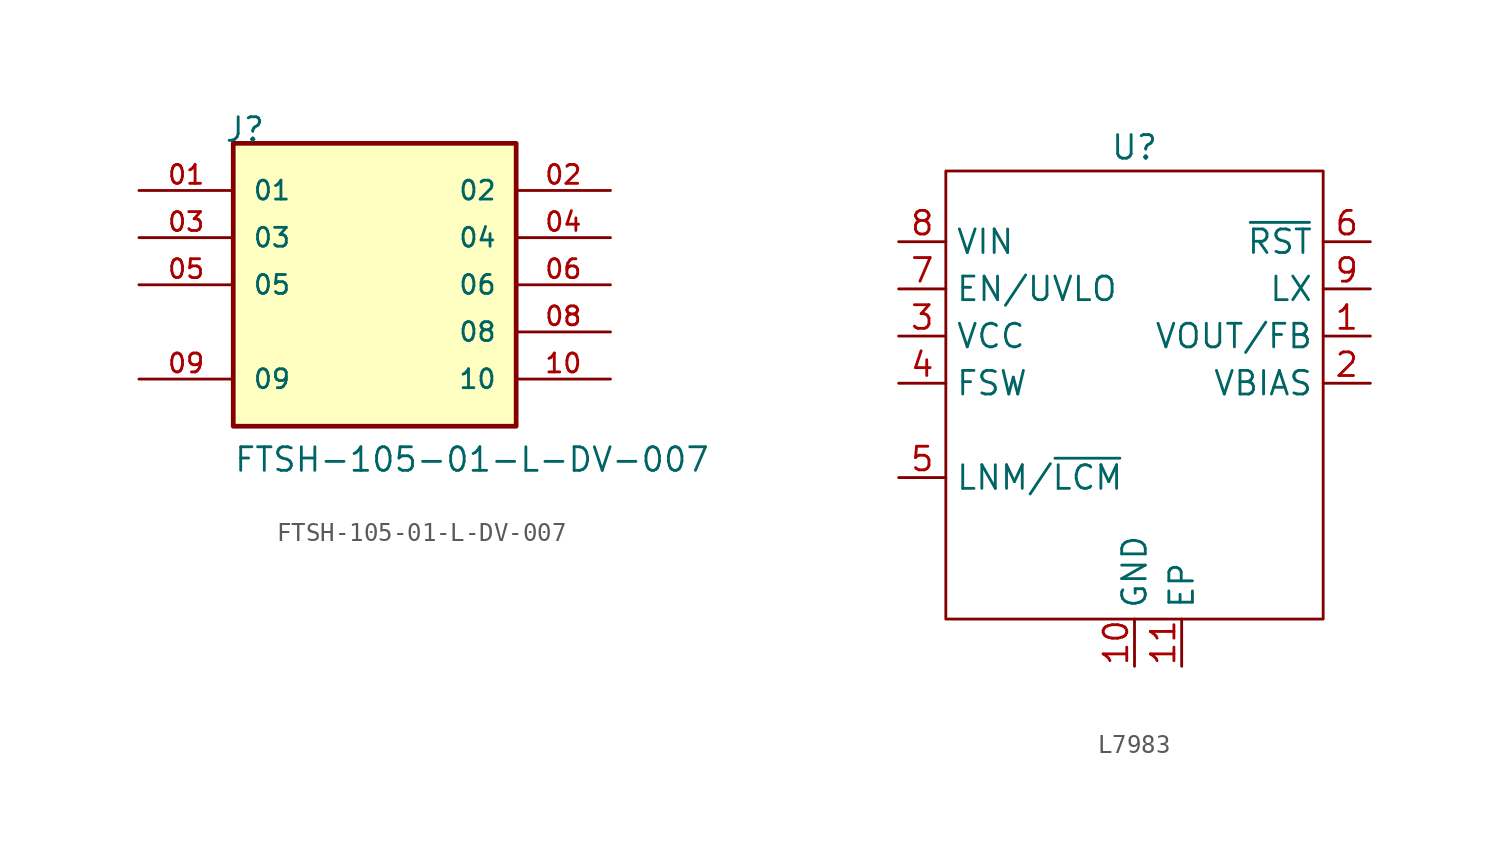
<source format=kicad_sym>
(kicad_symbol_lib
  (version 20231120)
  (generator "kicad_symbol_editor")
  (generator_version "8.0")
  (symbol "FTSH-105-01-L-DV-007"
    (pin_names
      (offset 1.016))
    (property "Reference" "J"
      (at -8.12 7.62 0)
      (effects (font (size 1.27 1.27)) (justify left bottom)))
    (property "Value" "FTSH-105-01-L-DV-007"
      (at -7.62 -10.16 0)
      (effects (font (size 1.27 1.27)) (justify left bottom)))
    (symbol "FTSH-105-01-L-DV-007_0_0"
      (rectangle (start -7.62 -7.62) (end 7.62 7.62) (stroke (width 0.254) (type default)) (fill (type background)))
      (pin passive line (at -12.7 5.08 0) (length 5.08) (name "01" (effects (font (size 1.016 1.016)))) (number "01" (effects (font (size 1.016 1.016)))))
      (pin passive line (at 12.7 5.08 180) (length 5.08) (name "02" (effects (font (size 1.016 1.016)))) (number "02" (effects (font (size 1.016 1.016)))))
      (pin passive line (at -12.7 2.54 0) (length 5.08) (name "03" (effects (font (size 1.016 1.016)))) (number "03" (effects (font (size 1.016 1.016)))))
      (pin passive line (at 12.7 2.54 180) (length 5.08) (name "04" (effects (font (size 1.016 1.016)))) (number "04" (effects (font (size 1.016 1.016)))))
      (pin passive line (at -12.7 0 0) (length 5.08) (name "05" (effects (font (size 1.016 1.016)))) (number "05" (effects (font (size 1.016 1.016)))))
      (pin passive line (at 12.7 0 180) (length 5.08) (name "06" (effects (font (size 1.016 1.016)))) (number "06" (effects (font (size 1.016 1.016)))))
      (pin passive line (at 12.7 -2.54 180) (length 5.08) (name "08" (effects (font (size 1.016 1.016)))) (number "08" (effects (font (size 1.016 1.016)))))
      (pin passive line (at -12.7 -5.08 0) (length 5.08) (name "09" (effects (font (size 1.016 1.016)))) (number "09" (effects (font (size 1.016 1.016)))))
      (pin passive line (at 12.7 -5.08 180) (length 5.08) (name "10" (effects (font (size 1.016 1.016)))) (number "10" (effects (font (size 1.016 1.016)))))))
  (symbol "L7983"
    (property "Reference" "U"
      (at 0 12.7 0)
      (effects (font (size 1.27 1.27))))
    (property "Value" ""
      (at 12.7 0 0)
      (effects (font (size 1.27 1.27))))
    (symbol "L7983_0_0"
      (pin input line (at 12.7 2.54 180) (length 2.54) (name "VOUT/FB" (effects (font (size 1.27 1.27)))) (number "1" (effects (font (size 1.27 1.27)))))
      (pin power_in line (at 0 -15.24 90) (length 2.54) (name "GND" (effects (font (size 1.27 1.27)))) (number "10" (effects (font (size 1.27 1.27)))))
      (pin power_in line (at 12.7 0 180) (length 2.54) (name "VBIAS" (effects (font (size 1.27 1.27)))) (number "2" (effects (font (size 1.27 1.27)))))
      (pin power_out line (at -12.7 2.54 0) (length 2.54) (name "VCC" (effects (font (size 1.27 1.27)))) (number "3" (effects (font (size 1.27 1.27)))))
      (pin input line (at -12.7 0 0) (length 2.54) (name "FSW" (effects (font (size 1.27 1.27)))) (number "4" (effects (font (size 1.27 1.27)))))
      (pin open_collector line (at 12.7 7.62 180) (length 2.54) (name "~{RST}" (effects (font (size 1.27 1.27)))) (number "6" (effects (font (size 1.27 1.27)))))
      (pin power_in line (at -12.7 7.62 0) (length 2.54) (name "VIN" (effects (font (size 1.27 1.27)))) (number "8" (effects (font (size 1.27 1.27)))))
      (pin power_out line (at 12.7 5.08 180) (length 2.54) (name "LX" (effects (font (size 1.27 1.27)))) (number "9" (effects (font (size 1.27 1.27))))))
    (symbol "L7983_0_1"
      (rectangle (start -10.16 11.43) (end 10.16 -12.7) (stroke (width 0) (type default)) (fill (type none))))
    (symbol "L7983_1_0"
      (pin power_in line (at 2.54 -15.24 90) (length 2.54) (name "EP" (effects (font (size 1.27 1.27)))) (number "11" (effects (font (size 1.27 1.27)))))
      (pin input line (at -12.7 -5.08 0) (length 2.54) (name "LNM/~{LCM}" (effects (font (size 1.27 1.27)))) (number "5" (effects (font (size 1.27 1.27)))))
      (pin input line (at -12.7 5.08 0) (length 2.54) (name "EN/UVLO" (effects (font (size 1.27 1.27)))) (number "7" (effects (font (size 1.27 1.27))))))))
</source>
